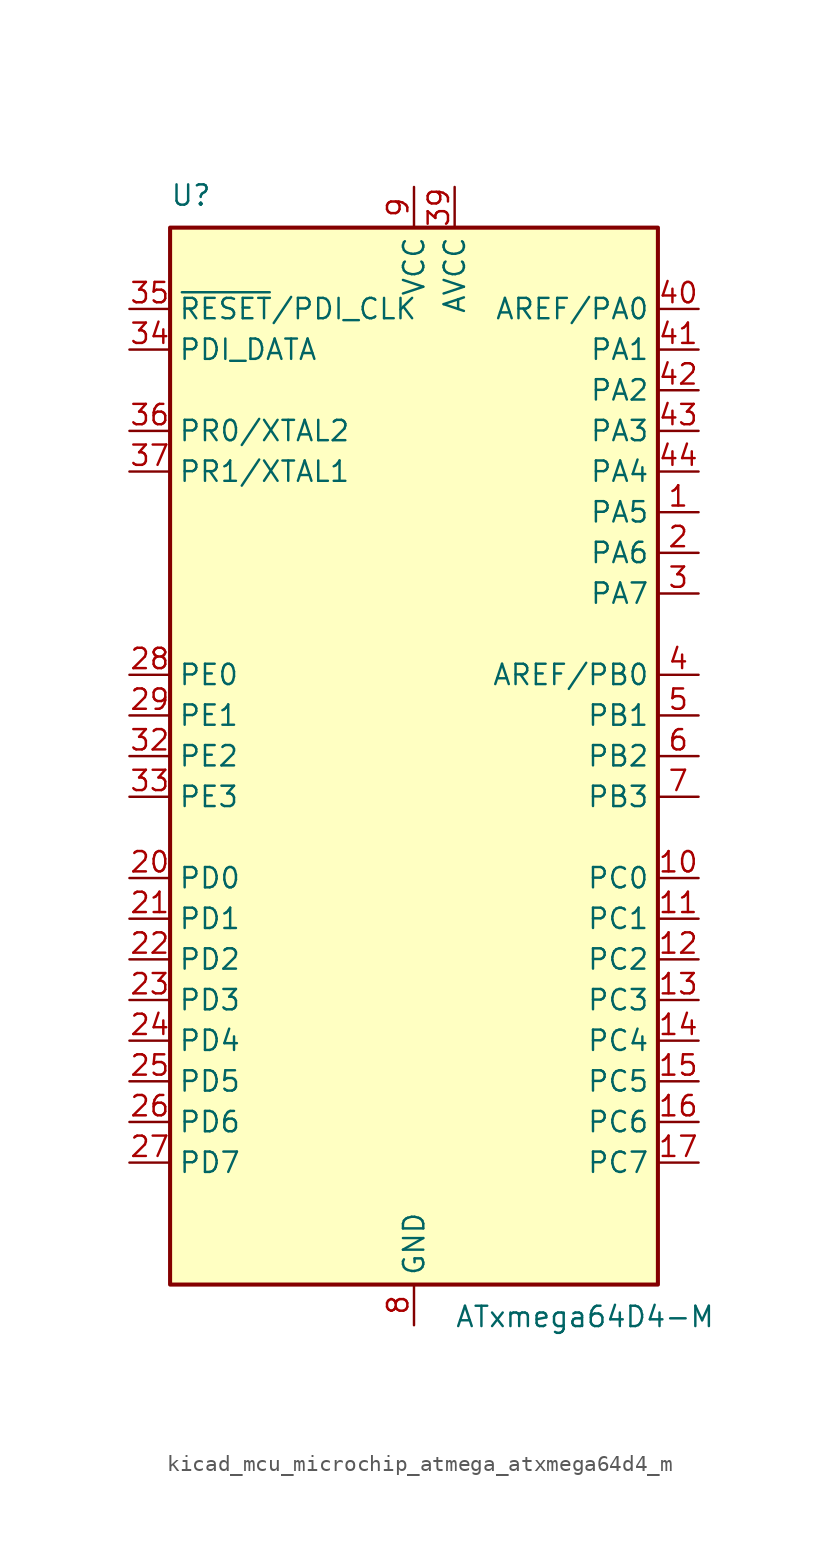
<source format=kicad_sym>
(kicad_symbol_lib
  (version 20220914)
  (generator kicad_symbol_editor)
  (symbol "kicad_mcu_microchip_atmega_atxmega64d4_m"
    (property "Reference" "U"
      (at -15.24 34.29 0)
      (effects (font (size 1.27 1.27)) (justify left bottom)))
    (property "Value" "ATxmega64D4-M"
      (at 2.54 -34.29 0)
      (effects (font (size 1.27 1.27)) (justify left top)))
    (symbol "kicad_mcu_microchip_atmega_atxmega64d4_m_0_1"
      (rectangle (start -15.24 -33.02) (end 15.24 33.02) (stroke (width 0.254) (type default)) (fill (type background))))
    (symbol "kicad_mcu_microchip_atmega_atxmega64d4_m_1_1"
      (pin bidirectional line (at 17.78 15.24 180) (length 2.54) (name "PA5" (effects (font (size 1.27 1.27)))) (number "1" (effects (font (size 1.27 1.27)))))
      (pin bidirectional line (at 17.78 -7.62 180) (length 2.54) (name "PC0" (effects (font (size 1.27 1.27)))) (number "10" (effects (font (size 1.27 1.27)))))
      (pin bidirectional line (at 17.78 -10.16 180) (length 2.54) (name "PC1" (effects (font (size 1.27 1.27)))) (number "11" (effects (font (size 1.27 1.27)))))
      (pin bidirectional line (at 17.78 -12.7 180) (length 2.54) (name "PC2" (effects (font (size 1.27 1.27)))) (number "12" (effects (font (size 1.27 1.27)))))
      (pin bidirectional line (at 17.78 -15.24 180) (length 2.54) (name "PC3" (effects (font (size 1.27 1.27)))) (number "13" (effects (font (size 1.27 1.27)))))
      (pin bidirectional line (at 17.78 -17.78 180) (length 2.54) (name "PC4" (effects (font (size 1.27 1.27)))) (number "14" (effects (font (size 1.27 1.27)))))
      (pin bidirectional line (at 17.78 -20.32 180) (length 2.54) (name "PC5" (effects (font (size 1.27 1.27)))) (number "15" (effects (font (size 1.27 1.27)))))
      (pin bidirectional line (at 17.78 -22.86 180) (length 2.54) (name "PC6" (effects (font (size 1.27 1.27)))) (number "16" (effects (font (size 1.27 1.27)))))
      (pin bidirectional line (at 17.78 -25.4 180) (length 2.54) (name "PC7" (effects (font (size 1.27 1.27)))) (number "17" (effects (font (size 1.27 1.27)))))
      (pin passive line (at 0 -35.56 90) (length 2.54) hide (name "GND" (effects (font (size 1.27 1.27)))) (number "18" (effects (font (size 1.27 1.27)))))
      (pin passive line (at 0 35.56 270) (length 2.54) hide (name "VCC" (effects (font (size 1.27 1.27)))) (number "19" (effects (font (size 1.27 1.27)))))
      (pin bidirectional line (at 17.78 12.7 180) (length 2.54) (name "PA6" (effects (font (size 1.27 1.27)))) (number "2" (effects (font (size 1.27 1.27)))))
      (pin bidirectional line (at -17.78 -7.62 0) (length 2.54) (name "PD0" (effects (font (size 1.27 1.27)))) (number "20" (effects (font (size 1.27 1.27)))))
      (pin bidirectional line (at -17.78 -10.16 0) (length 2.54) (name "PD1" (effects (font (size 1.27 1.27)))) (number "21" (effects (font (size 1.27 1.27)))))
      (pin bidirectional line (at -17.78 -12.7 0) (length 2.54) (name "PD2" (effects (font (size 1.27 1.27)))) (number "22" (effects (font (size 1.27 1.27)))))
      (pin bidirectional line (at -17.78 -15.24 0) (length 2.54) (name "PD3" (effects (font (size 1.27 1.27)))) (number "23" (effects (font (size 1.27 1.27)))))
      (pin bidirectional line (at -17.78 -17.78 0) (length 2.54) (name "PD4" (effects (font (size 1.27 1.27)))) (number "24" (effects (font (size 1.27 1.27)))))
      (pin bidirectional line (at -17.78 -20.32 0) (length 2.54) (name "PD5" (effects (font (size 1.27 1.27)))) (number "25" (effects (font (size 1.27 1.27)))))
      (pin bidirectional line (at -17.78 -22.86 0) (length 2.54) (name "PD6" (effects (font (size 1.27 1.27)))) (number "26" (effects (font (size 1.27 1.27)))))
      (pin bidirectional line (at -17.78 -25.4 0) (length 2.54) (name "PD7" (effects (font (size 1.27 1.27)))) (number "27" (effects (font (size 1.27 1.27)))))
      (pin bidirectional line (at -17.78 5.08 0) (length 2.54) (name "PE0" (effects (font (size 1.27 1.27)))) (number "28" (effects (font (size 1.27 1.27)))))
      (pin bidirectional line (at -17.78 2.54 0) (length 2.54) (name "PE1" (effects (font (size 1.27 1.27)))) (number "29" (effects (font (size 1.27 1.27)))))
      (pin bidirectional line (at 17.78 10.16 180) (length 2.54) (name "PA7" (effects (font (size 1.27 1.27)))) (number "3" (effects (font (size 1.27 1.27)))))
      (pin passive line (at 0 -35.56 90) (length 2.54) hide (name "GND" (effects (font (size 1.27 1.27)))) (number "30" (effects (font (size 1.27 1.27)))))
      (pin passive line (at 0 35.56 270) (length 2.54) hide (name "VCC" (effects (font (size 1.27 1.27)))) (number "31" (effects (font (size 1.27 1.27)))))
      (pin bidirectional line (at -17.78 0 0) (length 2.54) (name "PE2" (effects (font (size 1.27 1.27)))) (number "32" (effects (font (size 1.27 1.27)))))
      (pin bidirectional line (at -17.78 -2.54 0) (length 2.54) (name "PE3" (effects (font (size 1.27 1.27)))) (number "33" (effects (font (size 1.27 1.27)))))
      (pin bidirectional line (at -17.78 25.4 0) (length 2.54) (name "PDI_DATA" (effects (font (size 1.27 1.27)))) (number "34" (effects (font (size 1.27 1.27)))))
      (pin input line (at -17.78 27.94 0) (length 2.54) (name "~{RESET}/PDI_CLK" (effects (font (size 1.27 1.27)))) (number "35" (effects (font (size 1.27 1.27)))))
      (pin bidirectional line (at -17.78 20.32 0) (length 2.54) (name "PR0/XTAL2" (effects (font (size 1.27 1.27)))) (number "36" (effects (font (size 1.27 1.27)))))
      (pin bidirectional line (at -17.78 17.78 0) (length 2.54) (name "PR1/XTAL1" (effects (font (size 1.27 1.27)))) (number "37" (effects (font (size 1.27 1.27)))))
      (pin passive line (at 0 -35.56 90) (length 2.54) hide (name "GND" (effects (font (size 1.27 1.27)))) (number "38" (effects (font (size 1.27 1.27)))))
      (pin power_in line (at 2.54 35.56 270) (length 2.54) (name "AVCC" (effects (font (size 1.27 1.27)))) (number "39" (effects (font (size 1.27 1.27)))))
      (pin bidirectional line (at 17.78 5.08 180) (length 2.54) (name "AREF/PB0" (effects (font (size 1.27 1.27)))) (number "4" (effects (font (size 1.27 1.27)))))
      (pin bidirectional line (at 17.78 27.94 180) (length 2.54) (name "AREF/PA0" (effects (font (size 1.27 1.27)))) (number "40" (effects (font (size 1.27 1.27)))))
      (pin bidirectional line (at 17.78 25.4 180) (length 2.54) (name "PA1" (effects (font (size 1.27 1.27)))) (number "41" (effects (font (size 1.27 1.27)))))
      (pin bidirectional line (at 17.78 22.86 180) (length 2.54) (name "PA2" (effects (font (size 1.27 1.27)))) (number "42" (effects (font (size 1.27 1.27)))))
      (pin bidirectional line (at 17.78 20.32 180) (length 2.54) (name "PA3" (effects (font (size 1.27 1.27)))) (number "43" (effects (font (size 1.27 1.27)))))
      (pin bidirectional line (at 17.78 17.78 180) (length 2.54) (name "PA4" (effects (font (size 1.27 1.27)))) (number "44" (effects (font (size 1.27 1.27)))))
      (pin passive line (at 0 -35.56 90) (length 2.54) hide (name "GND" (effects (font (size 1.27 1.27)))) (number "45" (effects (font (size 1.27 1.27)))))
      (pin bidirectional line (at 17.78 2.54 180) (length 2.54) (name "PB1" (effects (font (size 1.27 1.27)))) (number "5" (effects (font (size 1.27 1.27)))))
      (pin bidirectional line (at 17.78 0 180) (length 2.54) (name "PB2" (effects (font (size 1.27 1.27)))) (number "6" (effects (font (size 1.27 1.27)))))
      (pin bidirectional line (at 17.78 -2.54 180) (length 2.54) (name "PB3" (effects (font (size 1.27 1.27)))) (number "7" (effects (font (size 1.27 1.27)))))
      (pin power_in line (at 0 -35.56 90) (length 2.54) (name "GND" (effects (font (size 1.27 1.27)))) (number "8" (effects (font (size 1.27 1.27)))))
      (pin power_in line (at 0 35.56 270) (length 2.54) (name "VCC" (effects (font (size 1.27 1.27)))) (number "9" (effects (font (size 1.27 1.27))))))))
</source>
